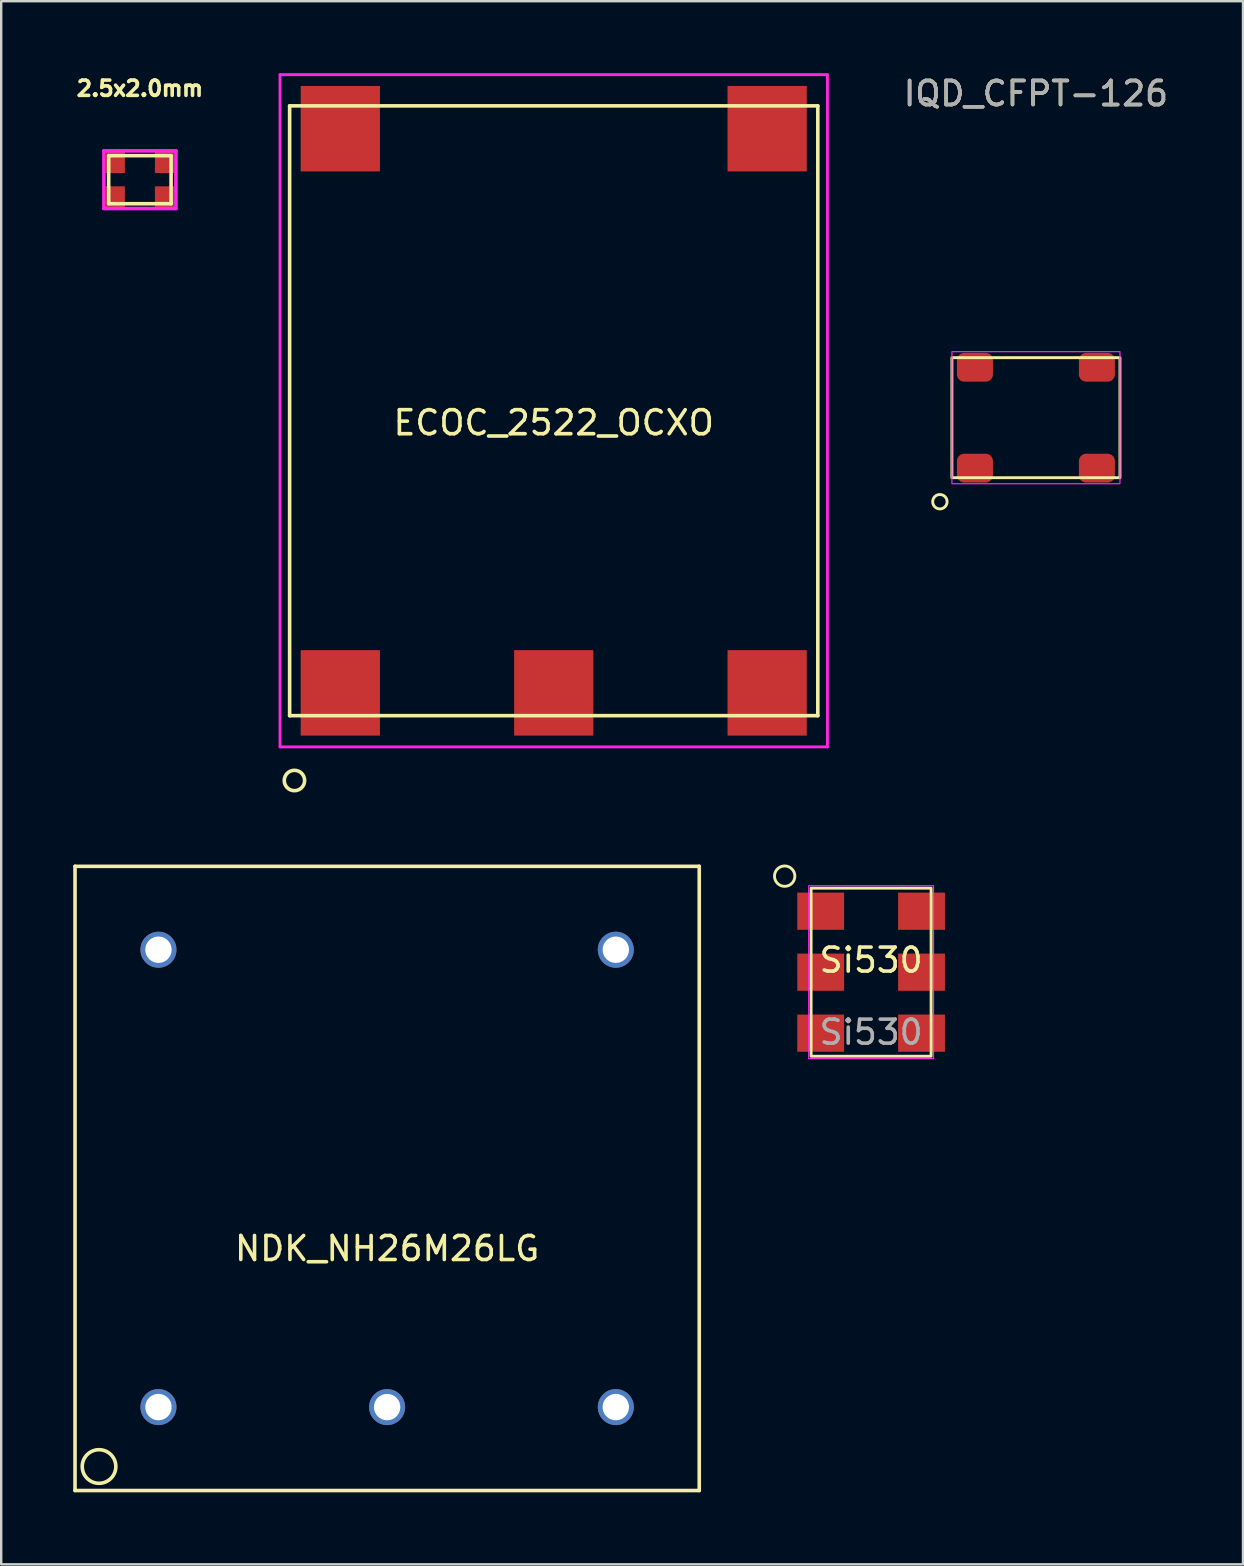
<source format=kicad_pcb>
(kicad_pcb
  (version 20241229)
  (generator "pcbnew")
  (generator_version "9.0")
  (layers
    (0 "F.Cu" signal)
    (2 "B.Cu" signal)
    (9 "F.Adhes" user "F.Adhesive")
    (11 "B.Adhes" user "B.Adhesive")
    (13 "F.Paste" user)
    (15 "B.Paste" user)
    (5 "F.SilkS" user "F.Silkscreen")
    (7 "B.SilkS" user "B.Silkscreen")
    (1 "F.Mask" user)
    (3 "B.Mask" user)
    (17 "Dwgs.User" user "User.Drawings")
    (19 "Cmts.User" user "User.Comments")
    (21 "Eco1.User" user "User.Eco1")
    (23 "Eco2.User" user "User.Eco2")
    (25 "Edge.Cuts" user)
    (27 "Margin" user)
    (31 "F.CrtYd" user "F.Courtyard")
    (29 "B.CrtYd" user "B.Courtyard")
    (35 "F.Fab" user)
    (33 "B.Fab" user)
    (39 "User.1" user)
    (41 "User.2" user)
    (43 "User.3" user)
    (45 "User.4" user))
  (footprint "Si530"
    (layer "F.Cu")
    (at 33.234 37.444)
    (property "Reference" "Si530" (at 0 -0.5 0) (unlocked yes) (layer "F.SilkS") (effects (font (size 1 1) (thickness 0.15))))
    (attr smd)
    (fp_rect (start -2.5 -3.5) (end 2.5 3.5) (stroke (width 0.12) (type solid)) (fill no) (layer "F.SilkS"))
    (fp_circle (center -3.6 -4) (end -3.9 -4.3) (stroke (width 0.12) (type default)) (fill no) (layer "F.SilkS"))
    (fp_rect (start -2.6 -3.6) (end 2.6 3.6) (stroke (width 0.05) (type default)) (fill no) (layer "F.CrtYd"))
    (fp_text user "${REFERENCE}" (at 0 2.5 0) (unlocked yes) (layer "F.Fab") (effects (font (size 1 1) (thickness 0.15))))
    (pad "1" smd rect (at -2.1 -2.54) (size 1.95 1.55) (layers "F.Cu" "F.Mask" "F.Paste"))
    (pad "2" smd rect (at -2.1 0) (size 1.95 1.55) (layers "F.Cu" "F.Mask" "F.Paste"))
    (pad "3" smd rect (at -2.1 2.54) (size 1.95 1.55) (layers "F.Cu" "F.Mask" "F.Paste"))
    (pad "4" smd rect (at 2.1 2.54) (size 1.95 1.55) (layers "F.Cu" "F.Mask" "F.Paste"))
    (pad "5" smd rect (at 2.1 0) (size 1.95 1.55) (layers "F.Cu" "F.Mask" "F.Paste"))
    (pad "6" smd rect (at 2.1 -2.54) (size 1.95 1.55) (layers "F.Cu" "F.Mask" "F.Paste")))
  (footprint "NDK_NH26M26LG"
    (layer "F.Cu")
    (at 13.075 46.034)
    (property "Reference" "NDK_NH26M26LG" (at 0 2.921 0) (layer "F.SilkS") (effects (font (size 1 1) (thickness 0.15))))
    (attr through_hole)
    (fp_line (start -13 -13) (end -13 13) (stroke (width 0.15) (type solid)) (layer "F.SilkS"))
    (fp_line (start -13 13) (end 13 13) (stroke (width 0.15) (type solid)) (layer "F.SilkS"))
    (fp_line (start 13 -13) (end -13 -13) (stroke (width 0.15) (type solid)) (layer "F.SilkS"))
    (fp_line (start 13 13) (end 13 -13) (stroke (width 0.15) (type solid)) (layer "F.SilkS"))
    (fp_circle (center -12 12) (end -11.303 11.938) (stroke (width 0.15) (type solid)) (fill no) (layer "F.SilkS"))
    (pad "1" thru_hole circle (at -9.525 9.525) (size 1.5 1.5) (drill 1.1) (layers "*.Cu" "*.Mask"))
    (pad "2" thru_hole circle (at 0 9.525) (size 1.5 1.5) (drill 1.1) (layers "*.Cu" "*.Mask"))
    (pad "3" thru_hole circle (at 9.525 9.525) (size 1.5 1.5) (drill 1.1) (layers "*.Cu" "*.Mask"))
    (pad "4" thru_hole circle (at 9.525 -9.525) (size 1.5 1.5) (drill 1.1) (layers "*.Cu" "*.Mask"))
    (pad "5" thru_hole circle (at -9.525 -9.525) (size 1.5 1.5) (drill 1.1) (layers "*.Cu" "*.Mask")))
  (footprint "ECOC_2522_OCXO"
    (layer "F.Cu")
    (at 20.014 14.06)
    (property "Reference" "ECOC_2522_OCXO" (at 0 0.5 0) (layer "F.SilkS") (effects (font (size 1 1) (thickness 0.15))))
    (attr through_hole)
    (fp_line (start -11 -12.7) (end -11 12.7) (stroke (width 0.15) (type solid)) (layer "F.SilkS"))
    (fp_line (start -11 12.7) (end 11 12.7) (stroke (width 0.15) (type solid)) (layer "F.SilkS"))
    (fp_line (start 11 -12.7) (end -11 -12.7) (stroke (width 0.15) (type solid)) (layer "F.SilkS"))
    (fp_line (start 11 12.7) (end 11 -12.7) (stroke (width 0.15) (type solid)) (layer "F.SilkS"))
    (fp_circle (center -10.8 15.4) (end -10.5 15.7) (stroke (width 0.15) (type solid)) (fill no) (layer "F.SilkS"))
    (fp_line (start -11.4 -14) (end 11.4 -14) (stroke (width 0.12) (type solid)) (layer "F.CrtYd"))
    (fp_line (start -11.4 14) (end -11.4 -14) (stroke (width 0.12) (type solid)) (layer "F.CrtYd"))
    (fp_line (start 11.4 -14) (end 11.4 14) (stroke (width 0.12) (type solid)) (layer "F.CrtYd"))
    (fp_line (start 11.4 14) (end -11.4 14) (stroke (width 0.12) (type solid)) (layer "F.CrtYd"))
    (pad "1" smd rect (at -8.89 11.75) (size 3.3 3.56) (layers "F.Cu" "F.Mask" "F.Paste"))
    (pad "2" smd rect (at 0 11.75) (size 3.3 3.56) (layers "F.Cu" "F.Mask" "F.Paste"))
    (pad "3" smd rect (at 8.89 11.75) (size 3.3 3.56) (layers "F.Cu" "F.Mask" "F.Paste"))
    (pad "4" smd rect (at 8.89 -11.75) (size 3.3 3.56) (layers "F.Cu" "F.Mask" "F.Paste"))
    (pad "5" smd rect (at -8.89 -11.75) (size 3.3 3.56) (layers "F.Cu" "F.Mask" "F.Paste")))
  (footprint "2.5x2.0mm"
    (layer "F.Cu")
    (at 2.777 4.435)
    (property "Reference" "2.5x2.0mm" (at 0 -3.8 0) (layer "F.SilkS") (effects (font (size 0.635 0.635) (thickness 0.15))))
    (attr through_hole)
    (fp_line (start -1.3 -1) (end 1.3 -1) (stroke (width 0.15) (type solid)) (layer "F.SilkS"))
    (fp_line (start -1.3 1) (end -1.3 -1) (stroke (width 0.15) (type solid)) (layer "F.SilkS"))
    (fp_line (start 1.3 -1) (end 1.3 1) (stroke (width 0.15) (type solid)) (layer "F.SilkS"))
    (fp_line (start 1.3 1) (end -1.3 1) (stroke (width 0.15) (type solid)) (layer "F.SilkS"))
    (fp_line (start -1.5 -1.2) (end 1.5 -1.2) (stroke (width 0.15) (type solid)) (layer "F.CrtYd"))
    (fp_line (start -1.5 1.2) (end -1.5 -1.2) (stroke (width 0.15) (type solid)) (layer "F.CrtYd"))
    (fp_line (start 1.5 -1.2) (end 1.5 1.2) (stroke (width 0.15) (type solid)) (layer "F.CrtYd"))
    (fp_line (start 1.5 1.2) (end -1.5 1.2) (stroke (width 0.15) (type solid)) (layer "F.CrtYd"))
    (pad "1" smd rect (at -1.025 0.725) (size 0.8 0.9) (layers "F.Cu" "F.Mask" "F.Paste"))
    (pad "2" smd rect (at 1.025 0.725) (size 0.8 0.9) (layers "F.Cu" "F.Mask" "F.Paste"))
    (pad "3" smd rect (at 1.025 -0.725) (size 0.8 0.9) (layers "F.Cu" "F.Mask" "F.Paste"))
    (pad "4" smd rect (at -1.025 -0.725) (size 0.8 0.9) (layers "F.Cu" "F.Mask" "F.Paste")))
  (footprint "IQD_CFPT-126"
    (layer "F.Cu")
    (at 40.099 14.348)
    (property "Reference" "IQD_CFPT-126" (at 0 -13.5 0) (unlocked yes) (layer "F.SilkS") (effects (font (size 1 1) (thickness 0.15))))
    (attr smd)
    (fp_rect (start -3.5 -2.5) (end 3.5 2.5) (stroke (width 0.12) (type solid)) (fill no) (layer "F.SilkS"))
    (fp_circle (center -4 3.5) (end -3.7 3.5) (stroke (width 0.12) (type solid)) (fill no) (layer "F.SilkS"))
    (fp_rect (start -3.5 -2.75) (end 3.5 2.75) (stroke (width 0.05) (type solid)) (fill no) (layer "F.CrtYd"))
    (fp_text user "${REFERENCE}" (at 0 -13.5 0) (unlocked yes) (layer "F.Fab") (effects (font (size 1 1) (thickness 0.15))))
    (pad "1" smd roundrect (at -2.54 2.1) (size 1.5 1.2) (layers "F.Cu" "F.Mask" "F.Paste") (roundrect_rratio 0.25))
    (pad "2" smd roundrect (at 2.54 2.1) (size 1.5 1.2) (layers "F.Cu" "F.Mask" "F.Paste") (roundrect_rratio 0.25))
    (pad "3" smd roundrect (at 2.54 -2.1) (size 1.5 1.2) (layers "F.Cu" "F.Mask" "F.Paste") (roundrect_rratio 0.25))
    (pad "4" smd roundrect (at -2.54 -2.1) (size 1.5 1.2) (layers "F.Cu" "F.Mask" "F.Paste") (roundrect_rratio 0.25)))
  (gr_rect
    (start -3 -3)
    (end 48.724 62.109)
    (stroke (width 0.1) (type default))
    (fill no)
    (layer "Edge.Cuts")))
</source>
